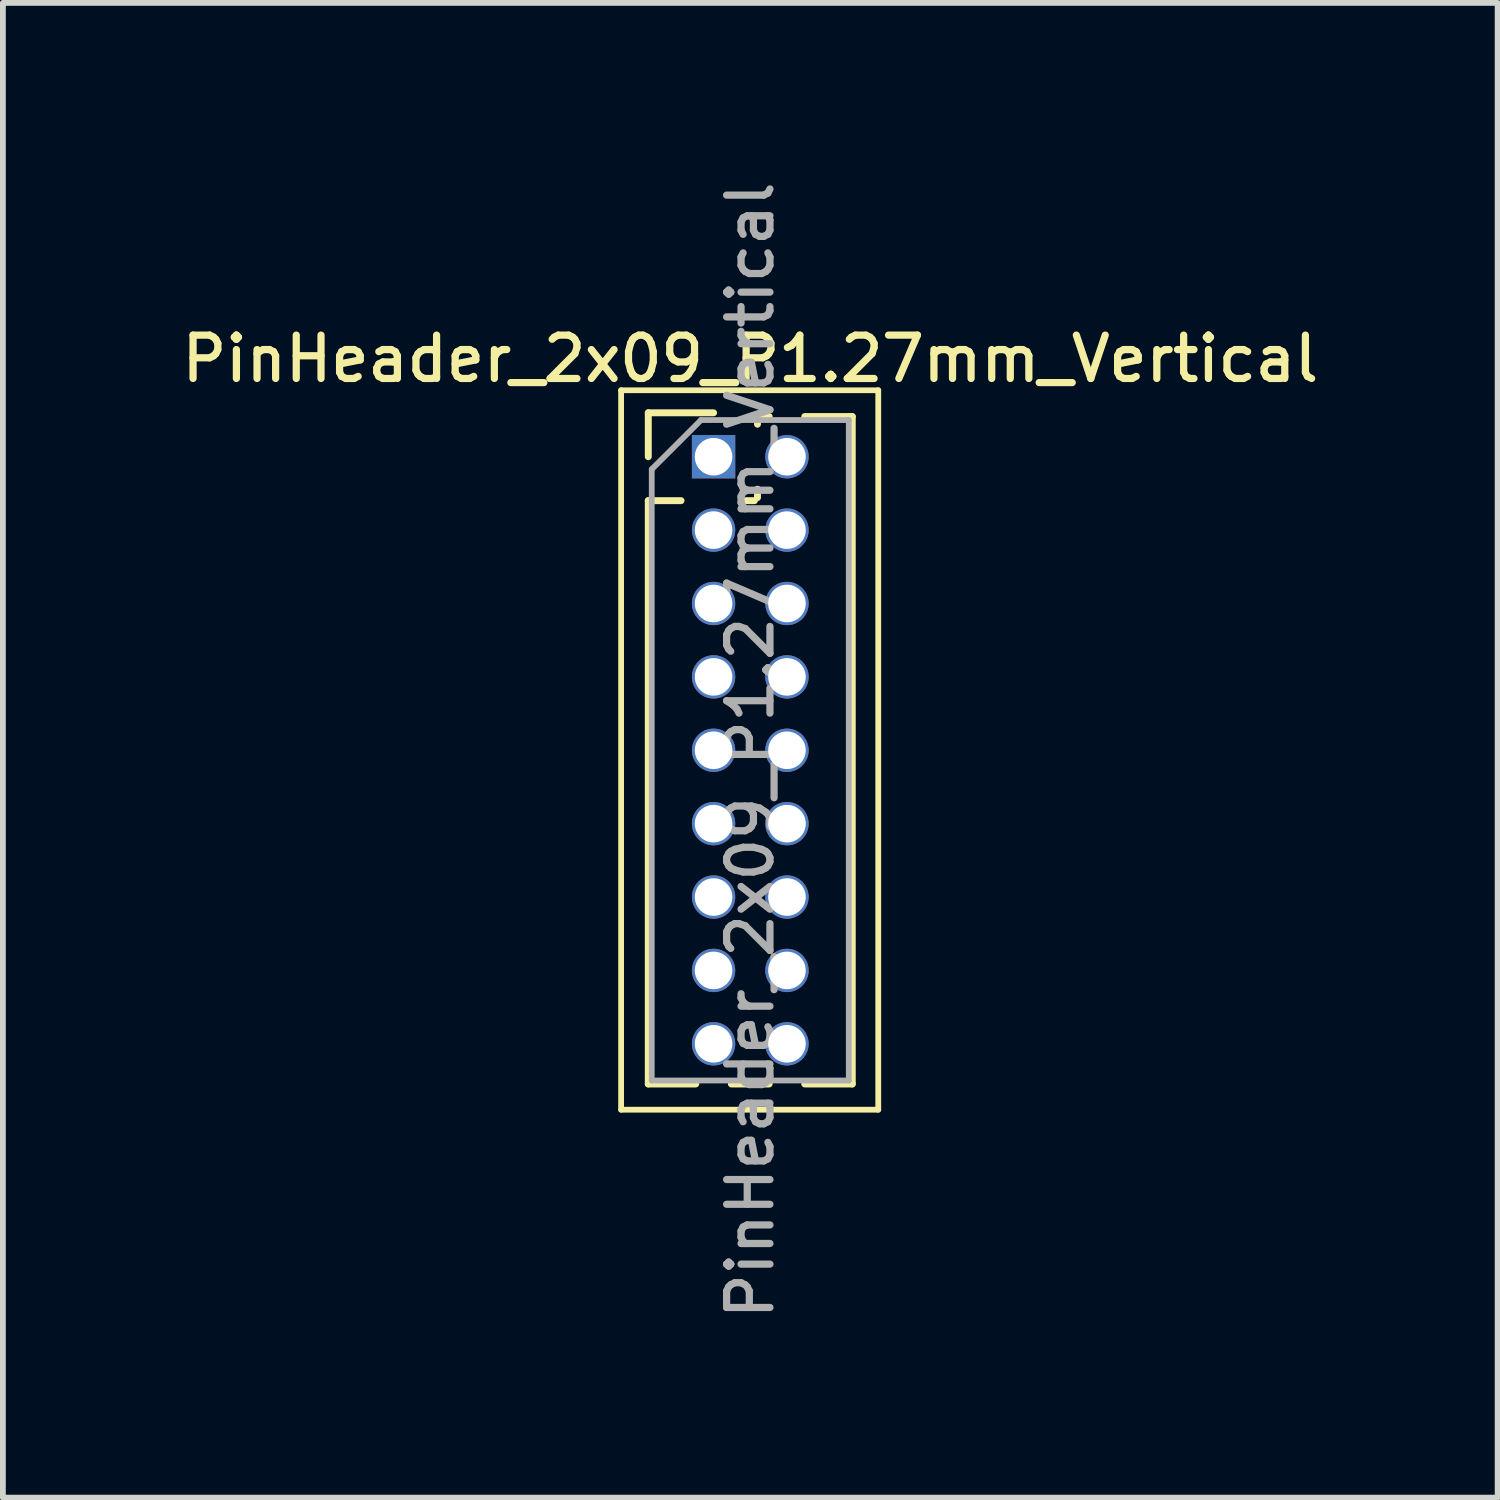
<source format=kicad_pcb>
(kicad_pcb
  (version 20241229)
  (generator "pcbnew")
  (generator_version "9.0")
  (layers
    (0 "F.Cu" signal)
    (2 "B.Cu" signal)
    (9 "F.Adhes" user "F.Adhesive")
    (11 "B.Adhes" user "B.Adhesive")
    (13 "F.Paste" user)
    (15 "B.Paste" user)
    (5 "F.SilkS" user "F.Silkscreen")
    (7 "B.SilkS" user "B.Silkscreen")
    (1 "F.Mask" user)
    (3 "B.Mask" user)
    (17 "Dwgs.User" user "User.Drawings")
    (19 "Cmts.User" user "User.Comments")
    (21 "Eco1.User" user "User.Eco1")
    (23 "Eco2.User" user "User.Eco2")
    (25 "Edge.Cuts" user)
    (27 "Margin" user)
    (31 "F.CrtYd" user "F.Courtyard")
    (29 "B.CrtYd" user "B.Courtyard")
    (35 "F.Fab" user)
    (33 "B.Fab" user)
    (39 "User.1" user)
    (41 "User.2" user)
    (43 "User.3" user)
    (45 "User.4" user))
  (footprint "PinHeader_2x09_P1.27mm_Vertical"
    (layer "F.Cu")
    (at 9.299 4.854)
    (property "Reference" "PinHeader_2x09_P1.27mm_Vertical" (at 0.635 -1.695 0) (layer "F.SilkS") (effects (font (size 0.75 0.75) (thickness 0.125))))
    (attr through_hole)
    (fp_line (start -1.6 -1.15) (end -1.6 11.3) (stroke (width 0.1) (type solid)) (layer "F.SilkS"))
    (fp_line (start -1.6 11.3) (end 2.85 11.3) (stroke (width 0.1) (type solid)) (layer "F.SilkS"))
    (fp_line (start -1.13 -0.76) (end 0 -0.76) (stroke (width 0.12) (type solid)) (layer "F.SilkS"))
    (fp_line (start -1.13 0) (end -1.13 -0.76) (stroke (width 0.12) (type solid)) (layer "F.SilkS"))
    (fp_line (start -1.13 0.76) (end -1.13 10.855) (stroke (width 0.12) (type solid)) (layer "F.SilkS"))
    (fp_line (start -1.13 0.76) (end -0.563 0.76) (stroke (width 0.12) (type solid)) (layer "F.SilkS"))
    (fp_line (start -1.13 10.855) (end -0.308 10.855) (stroke (width 0.12) (type solid)) (layer "F.SilkS"))
    (fp_line (start 0.308 10.855) (end 0.962 10.855) (stroke (width 0.12) (type solid)) (layer "F.SilkS"))
    (fp_line (start 0.563 0.76) (end 0.707 0.76) (stroke (width 0.12) (type solid)) (layer "F.SilkS"))
    (fp_line (start 0.76 -0.695) (end 0.962 -0.695) (stroke (width 0.12) (type solid)) (layer "F.SilkS"))
    (fp_line (start 0.76 -0.563) (end 0.76 -0.695) (stroke (width 0.12) (type solid)) (layer "F.SilkS"))
    (fp_line (start 0.76 0.707) (end 0.76 0.563) (stroke (width 0.12) (type solid)) (layer "F.SilkS"))
    (fp_line (start 1.578 -0.695) (end 2.4 -0.695) (stroke (width 0.12) (type solid)) (layer "F.SilkS"))
    (fp_line (start 1.578 10.855) (end 2.4 10.855) (stroke (width 0.12) (type solid)) (layer "F.SilkS"))
    (fp_line (start 2.4 -0.695) (end 2.4 10.855) (stroke (width 0.12) (type solid)) (layer "F.SilkS"))
    (fp_line (start 2.85 -1.15) (end -1.6 -1.15) (stroke (width 0.1) (type solid)) (layer "F.SilkS"))
    (fp_line (start 2.85 11.3) (end 2.85 -1.15) (stroke (width 0.1) (type solid)) (layer "F.SilkS"))
    (fp_line (start -1.07 0.217) (end -0.217 -0.635) (stroke (width 0.1) (type solid)) (layer "F.Fab"))
    (fp_line (start -1.07 10.795) (end -1.07 0.217) (stroke (width 0.1) (type solid)) (layer "F.Fab"))
    (fp_line (start -0.217 -0.635) (end 2.34 -0.635) (stroke (width 0.1) (type solid)) (layer "F.Fab"))
    (fp_line (start 2.34 -0.635) (end 2.34 10.795) (stroke (width 0.1) (type solid)) (layer "F.Fab"))
    (fp_line (start 2.34 10.795) (end -1.07 10.795) (stroke (width 0.1) (type solid)) (layer "F.Fab"))
    (fp_text user "${REFERENCE}" (at 0.635 5.08 90) (layer "F.Fab") (effects (font (size 0.75 0.75) (thickness 0.125))))
    (pad "1" thru_hole rect (at 0 0) (size 0.75 0.75) (drill 0.65) (layers "*.Cu" "*.Mask"))
    (pad "2" thru_hole oval (at 1.27 0) (size 0.75 0.75) (drill 0.65) (layers "*.Cu" "*.Mask"))
    (pad "3" thru_hole oval (at 0 1.27) (size 0.75 0.75) (drill 0.65) (layers "*.Cu" "*.Mask"))
    (pad "4" thru_hole oval (at 1.27 1.27) (size 0.75 0.75) (drill 0.65) (layers "*.Cu" "*.Mask"))
    (pad "5" thru_hole oval (at 0 2.54) (size 0.75 0.75) (drill 0.65) (layers "*.Cu" "*.Mask"))
    (pad "6" thru_hole oval (at 1.27 2.54) (size 0.75 0.75) (drill 0.65) (layers "*.Cu" "*.Mask"))
    (pad "7" thru_hole oval (at 0 3.81) (size 0.75 0.75) (drill 0.65) (layers "*.Cu" "*.Mask"))
    (pad "8" thru_hole oval (at 1.27 3.81) (size 0.75 0.75) (drill 0.65) (layers "*.Cu" "*.Mask"))
    (pad "9" thru_hole oval (at 0 5.08) (size 0.75 0.75) (drill 0.65) (layers "*.Cu" "*.Mask"))
    (pad "10" thru_hole oval (at 1.27 5.08) (size 0.75 0.75) (drill 0.65) (layers "*.Cu" "*.Mask"))
    (pad "11" thru_hole oval (at 0 6.35) (size 0.75 0.75) (drill 0.65) (layers "*.Cu" "*.Mask"))
    (pad "12" thru_hole oval (at 1.27 6.35) (size 0.75 0.75) (drill 0.65) (layers "*.Cu" "*.Mask"))
    (pad "13" thru_hole oval (at 0 7.62) (size 0.75 0.75) (drill 0.65) (layers "*.Cu" "*.Mask"))
    (pad "14" thru_hole oval (at 1.27 7.62) (size 0.75 0.75) (drill 0.65) (layers "*.Cu" "*.Mask"))
    (pad "15" thru_hole oval (at 0 8.89) (size 0.75 0.75) (drill 0.65) (layers "*.Cu" "*.Mask"))
    (pad "16" thru_hole oval (at 1.27 8.89) (size 0.75 0.75) (drill 0.65) (layers "*.Cu" "*.Mask"))
    (pad "17" thru_hole oval (at 0 10.16) (size 0.75 0.75) (drill 0.65) (layers "*.Cu" "*.Mask"))
    (pad "18" thru_hole oval (at 1.27 10.16) (size 0.75 0.75) (drill 0.65) (layers "*.Cu" "*.Mask")))
  (gr_rect
    (start -3 -3)
    (end 22.868 22.868)
    (stroke (width 0.1) (type default))
    (fill no)
    (layer "Edge.Cuts")))
</source>
